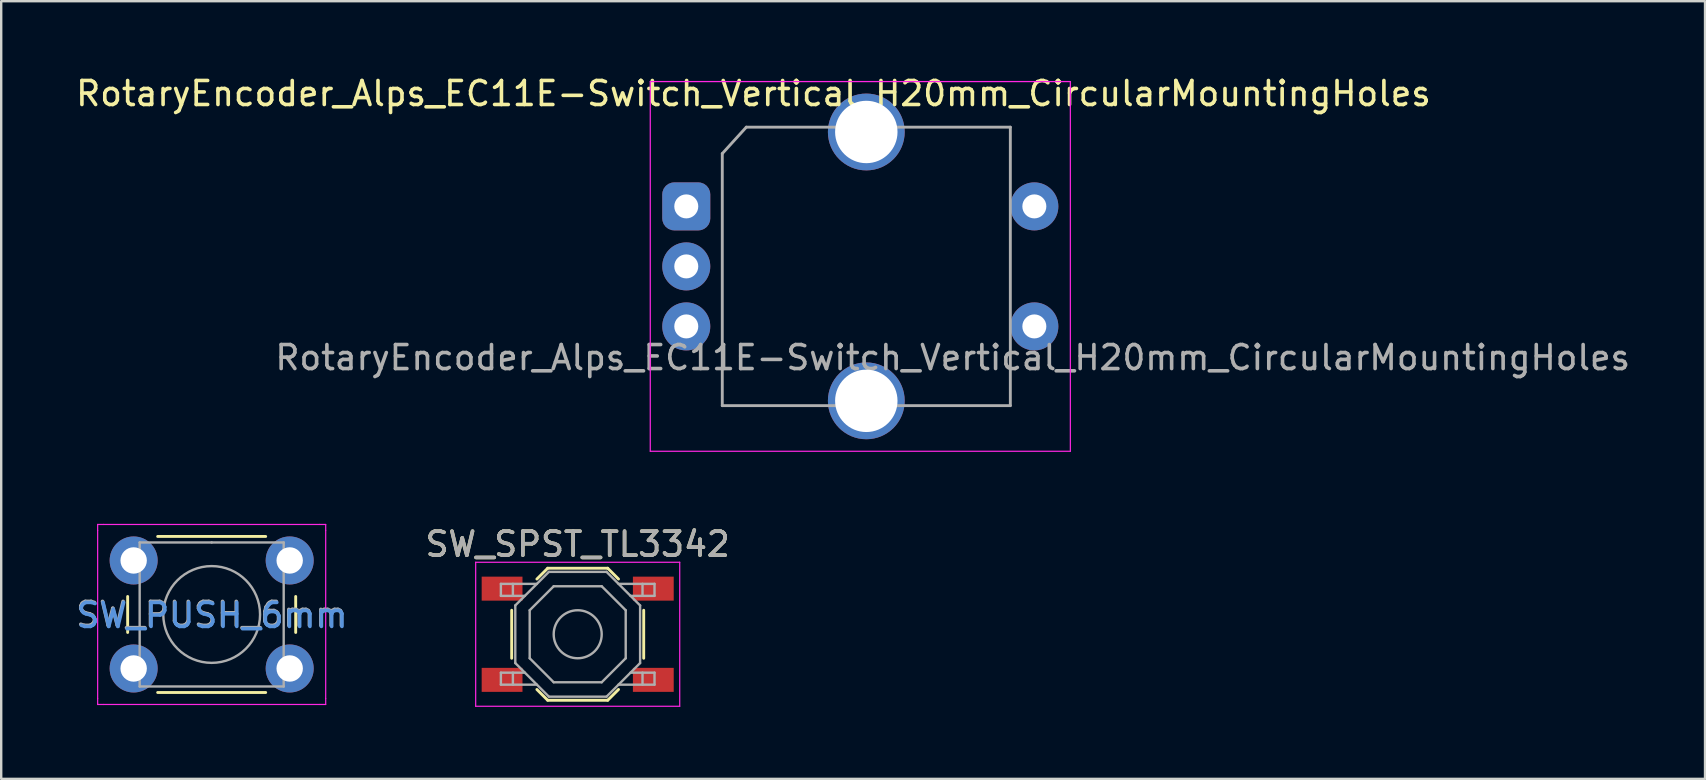
<source format=kicad_pcb>
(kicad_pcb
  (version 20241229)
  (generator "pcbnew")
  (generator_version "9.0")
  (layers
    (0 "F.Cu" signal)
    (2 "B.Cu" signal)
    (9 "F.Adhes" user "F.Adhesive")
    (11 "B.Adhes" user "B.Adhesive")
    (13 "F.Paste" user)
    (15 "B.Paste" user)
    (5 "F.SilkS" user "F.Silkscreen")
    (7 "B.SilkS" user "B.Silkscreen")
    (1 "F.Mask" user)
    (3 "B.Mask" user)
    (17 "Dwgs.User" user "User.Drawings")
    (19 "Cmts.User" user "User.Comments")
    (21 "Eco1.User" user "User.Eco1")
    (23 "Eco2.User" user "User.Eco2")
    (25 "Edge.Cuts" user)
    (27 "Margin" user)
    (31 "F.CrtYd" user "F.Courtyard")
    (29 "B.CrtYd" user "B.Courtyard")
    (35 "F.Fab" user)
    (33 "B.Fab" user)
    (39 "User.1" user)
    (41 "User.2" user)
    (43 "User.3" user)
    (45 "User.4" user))
  (footprint "SW_SPST_TL3342"
    (layer "F.Cu")
    (at 21.016 23.372)
    (property "Reference" "SW_SPST_TL3342" (at 0 -3.75 180) (layer "F.SilkS") (effects (font (size 1 1) (thickness 0.15))))
    (attr smd)
    (fp_line (start -2.75 -1) (end -2.75 1) (stroke (width 0.12) (type solid)) (layer "F.SilkS"))
    (fp_line (start -1.7 -2.3) (end -1.25 -2.75) (stroke (width 0.12) (type solid)) (layer "F.SilkS"))
    (fp_line (start -1.7 2.3) (end -1.25 2.75) (stroke (width 0.12) (type solid)) (layer "F.SilkS"))
    (fp_line (start -1.25 -2.75) (end 1.25 -2.75) (stroke (width 0.12) (type solid)) (layer "F.SilkS"))
    (fp_line (start -1.25 2.75) (end 1.25 2.75) (stroke (width 0.12) (type solid)) (layer "F.SilkS"))
    (fp_line (start 1.7 -2.3) (end 1.25 -2.75) (stroke (width 0.12) (type solid)) (layer "F.SilkS"))
    (fp_line (start 1.7 2.3) (end 1.25 2.75) (stroke (width 0.12) (type solid)) (layer "F.SilkS"))
    (fp_line (start 2.75 -1) (end 2.75 1) (stroke (width 0.12) (type solid)) (layer "F.SilkS"))
    (fp_line (start -4.25 -3) (end 4.25 -3) (stroke (width 0.05) (type solid)) (layer "F.CrtYd"))
    (fp_line (start -4.25 3) (end -4.25 -3) (stroke (width 0.05) (type solid)) (layer "F.CrtYd"))
    (fp_line (start 4.25 -3) (end 4.25 3) (stroke (width 0.05) (type solid)) (layer "F.CrtYd"))
    (fp_line (start 4.25 3) (end -4.25 3) (stroke (width 0.05) (type solid)) (layer "F.CrtYd"))
    (fp_line (start -3.2 -2.1) (end -3.2 -1.6) (stroke (width 0.1) (type solid)) (layer "F.Fab"))
    (fp_line (start -3.2 -1.6) (end -2.2 -1.6) (stroke (width 0.1) (type solid)) (layer "F.Fab"))
    (fp_line (start -3.2 1.6) (end -2.2 1.6) (stroke (width 0.1) (type solid)) (layer "F.Fab"))
    (fp_line (start -3.2 2.1) (end -3.2 1.6) (stroke (width 0.1) (type solid)) (layer "F.Fab"))
    (fp_line (start -2.7 -2.1) (end -2.7 -1.6) (stroke (width 0.1) (type solid)) (layer "F.Fab"))
    (fp_line (start -2.7 2.1) (end -2.7 1.6) (stroke (width 0.1) (type solid)) (layer "F.Fab"))
    (fp_line (start -2.6 -1.2) (end -2.6 1.2) (stroke (width 0.1) (type solid)) (layer "F.Fab"))
    (fp_line (start -2.6 1.2) (end -1.2 2.6) (stroke (width 0.1) (type solid)) (layer "F.Fab"))
    (fp_line (start -2 -1) (end -1 -2) (stroke (width 0.1) (type solid)) (layer "F.Fab"))
    (fp_line (start -2 1) (end -2 -1) (stroke (width 0.1) (type solid)) (layer "F.Fab"))
    (fp_line (start -1.7 -2.1) (end -3.2 -2.1) (stroke (width 0.1) (type solid)) (layer "F.Fab"))
    (fp_line (start -1.7 2.1) (end -3.2 2.1) (stroke (width 0.1) (type solid)) (layer "F.Fab"))
    (fp_line (start -1.2 -2.6) (end -2.6 -1.2) (stroke (width 0.1) (type solid)) (layer "F.Fab"))
    (fp_line (start -1.2 2.6) (end 1.2 2.6) (stroke (width 0.1) (type solid)) (layer "F.Fab"))
    (fp_line (start -1 -2) (end 1 -2) (stroke (width 0.1) (type solid)) (layer "F.Fab"))
    (fp_line (start -1 2) (end -2 1) (stroke (width 0.1) (type solid)) (layer "F.Fab"))
    (fp_line (start 1 -2) (end 2 -1) (stroke (width 0.1) (type solid)) (layer "F.Fab"))
    (fp_line (start 1 2) (end -1 2) (stroke (width 0.1) (type solid)) (layer "F.Fab"))
    (fp_line (start 1.2 -2.6) (end -1.2 -2.6) (stroke (width 0.1) (type solid)) (layer "F.Fab"))
    (fp_line (start 1.2 2.6) (end 2.6 1.2) (stroke (width 0.1) (type solid)) (layer "F.Fab"))
    (fp_line (start 1.7 -2.1) (end 3.2 -2.1) (stroke (width 0.1) (type solid)) (layer "F.Fab"))
    (fp_line (start 1.7 2.1) (end 3.2 2.1) (stroke (width 0.1) (type solid)) (layer "F.Fab"))
    (fp_line (start 2 -1) (end 2 1) (stroke (width 0.1) (type solid)) (layer "F.Fab"))
    (fp_line (start 2 1) (end 1 2) (stroke (width 0.1) (type solid)) (layer "F.Fab"))
    (fp_line (start 2.6 -1.2) (end 1.2 -2.6) (stroke (width 0.1) (type solid)) (layer "F.Fab"))
    (fp_line (start 2.6 1.2) (end 2.6 -1.2) (stroke (width 0.1) (type solid)) (layer "F.Fab"))
    (fp_line (start 2.7 -2.1) (end 2.7 -1.6) (stroke (width 0.1) (type solid)) (layer "F.Fab"))
    (fp_line (start 2.7 2.1) (end 2.7 1.6) (stroke (width 0.1) (type solid)) (layer "F.Fab"))
    (fp_line (start 3.2 -2.1) (end 3.2 -1.6) (stroke (width 0.1) (type solid)) (layer "F.Fab"))
    (fp_line (start 3.2 -1.6) (end 2.2 -1.6) (stroke (width 0.1) (type solid)) (layer "F.Fab"))
    (fp_line (start 3.2 1.6) (end 2.2 1.6) (stroke (width 0.1) (type solid)) (layer "F.Fab"))
    (fp_line (start 3.2 2.1) (end 3.2 1.6) (stroke (width 0.1) (type solid)) (layer "F.Fab"))
    (fp_circle (center 0 0) (end 1 0) (stroke (width 0.1) (type solid)) (fill no) (layer "F.Fab"))
    (fp_text user "${REFERENCE}" (at 0 -3.75 180) (layer "F.Fab") (effects (font (size 1 1) (thickness 0.15))))
    (pad "1" smd rect (at -3.15 -1.9) (size 1.7 1) (layers "F.Cu" "F.Mask" "F.Paste"))
    (pad "1" smd rect (at 3.15 -1.9) (size 1.7 1) (layers "F.Cu" "F.Mask" "F.Paste"))
    (pad "2" smd rect (at -3.15 1.9) (size 1.7 1) (layers "F.Cu" "F.Mask" "F.Paste"))
    (pad "2" smd rect (at 3.15 1.9) (size 1.7 1) (layers "F.Cu" "F.Mask" "F.Paste")))
  (footprint "RotaryEncoder_Alps_EC11E-Switch_Vertical_H20mm_CircularMountingHoles"
    (layer "F.Cu")
    (at 25.539 5.548)
    (property "Reference" "RotaryEncoder_Alps_EC11E-Switch_Vertical_H20mm_CircularMountingHoles" (at 2.8 -4.7 0) (layer "F.SilkS") (effects (font (size 1 1) (thickness 0.15))))
    (attr through_hole)
    (fp_line (start -1.5 -5.2) (end -1.5 10.2) (stroke (width 0.05) (type solid)) (layer "F.CrtYd"))
    (fp_line (start -1.5 -5.2) (end 16 -5.2) (stroke (width 0.05) (type solid)) (layer "F.CrtYd"))
    (fp_line (start 16 10.2) (end -1.5 10.2) (stroke (width 0.05) (type solid)) (layer "F.CrtYd"))
    (fp_line (start 16 10.2) (end 16 -5.2) (stroke (width 0.05) (type solid)) (layer "F.CrtYd"))
    (fp_line (start 1.5 -2.2) (end 2.5 -3.3) (stroke (width 0.12) (type solid)) (layer "F.Fab"))
    (fp_line (start 1.5 8.3) (end 1.5 -2.2) (stroke (width 0.12) (type solid)) (layer "F.Fab"))
    (fp_line (start 2.5 -3.3) (end 13.5 -3.3) (stroke (width 0.12) (type solid)) (layer "F.Fab"))
    (fp_line (start 13.5 -3.3) (end 13.5 8.3) (stroke (width 0.12) (type solid)) (layer "F.Fab"))
    (fp_line (start 13.5 8.3) (end 1.5 8.3) (stroke (width 0.12) (type solid)) (layer "F.Fab"))
    (fp_text user "${REFERENCE}" (at 11.1 6.3 0) (layer "F.Fab") (effects (font (size 1 1) (thickness 0.15))))
    (pad "A" thru_hole roundrect (at 0 0) (size 2 2) (drill 1) (layers "*.Cu" "*.Mask") (roundrect_rratio 0.25))
    (pad "B" thru_hole circle (at 0 5) (size 2 2) (drill 1) (layers "*.Cu" "*.Mask"))
    (pad "C" thru_hole circle (at 0 2.5) (size 2 2) (drill 1) (layers "*.Cu" "*.Mask"))
    (pad "MP" thru_hole circle (at 7.5 -3.1) (size 3.2 3.2) (drill 2.6) (layers "*.Cu" "*.Mask"))
    (pad "MP" thru_hole circle (at 7.5 8.1) (size 3.2 3.2) (drill 2.6) (layers "*.Cu" "*.Mask"))
    (pad "S1" thru_hole circle (at 14.5 5) (size 2 2) (drill 1) (layers "*.Cu" "*.Mask"))
    (pad "S2" thru_hole circle (at 14.5 0) (size 2 2) (drill 1) (layers "*.Cu" "*.Mask")))
  (footprint "SW_PUSH_6mm"
    (layer "F.Cu")
    (at 2.518 20.298)
    (property "Reference" "SW_PUSH_6mm" (at 3.272 2.292 0) (layer "Cmts.User") (effects (font (size 1 1) (thickness 0.15))))
    (attr through_hole)
    (fp_line (start -0.25 1.5) (end -0.25 3) (stroke (width 0.12) (type solid)) (layer "F.SilkS"))
    (fp_line (start 1 5.5) (end 5.5 5.5) (stroke (width 0.12) (type solid)) (layer "F.SilkS"))
    (fp_line (start 5.5 -1) (end 1 -1) (stroke (width 0.12) (type solid)) (layer "F.SilkS"))
    (fp_line (start 6.75 3) (end 6.75 1.5) (stroke (width 0.12) (type solid)) (layer "F.SilkS"))
    (fp_line (start -1.5 -1.5) (end -1.25 -1.5) (stroke (width 0.05) (type solid)) (layer "F.CrtYd"))
    (fp_line (start -1.5 -1.25) (end -1.5 -1.5) (stroke (width 0.05) (type solid)) (layer "F.CrtYd"))
    (fp_line (start -1.5 5.75) (end -1.5 -1.25) (stroke (width 0.05) (type solid)) (layer "F.CrtYd"))
    (fp_line (start -1.5 5.75) (end -1.5 6) (stroke (width 0.05) (type solid)) (layer "F.CrtYd"))
    (fp_line (start -1.5 6) (end -1.25 6) (stroke (width 0.05) (type solid)) (layer "F.CrtYd"))
    (fp_line (start -1.25 -1.5) (end 7.75 -1.5) (stroke (width 0.05) (type solid)) (layer "F.CrtYd"))
    (fp_line (start 7.75 -1.5) (end 8 -1.5) (stroke (width 0.05) (type solid)) (layer "F.CrtYd"))
    (fp_line (start 7.75 6) (end -1.25 6) (stroke (width 0.05) (type solid)) (layer "F.CrtYd"))
    (fp_line (start 7.75 6) (end 8 6) (stroke (width 0.05) (type solid)) (layer "F.CrtYd"))
    (fp_line (start 8 -1.5) (end 8 -1.25) (stroke (width 0.05) (type solid)) (layer "F.CrtYd"))
    (fp_line (start 8 -1.25) (end 8 5.75) (stroke (width 0.05) (type solid)) (layer "F.CrtYd"))
    (fp_line (start 8 6) (end 8 5.75) (stroke (width 0.05) (type solid)) (layer "F.CrtYd"))
    (fp_line (start 0.25 -0.75) (end 3.25 -0.75) (stroke (width 0.1) (type solid)) (layer "F.Fab"))
    (fp_line (start 0.25 5.25) (end 0.25 -0.75) (stroke (width 0.1) (type solid)) (layer "F.Fab"))
    (fp_line (start 3.25 -0.75) (end 6.25 -0.75) (stroke (width 0.1) (type solid)) (layer "F.Fab"))
    (fp_line (start 6.25 -0.75) (end 6.25 5.25) (stroke (width 0.1) (type solid)) (layer "F.Fab"))
    (fp_line (start 6.25 5.25) (end 0.25 5.25) (stroke (width 0.1) (type solid)) (layer "F.Fab"))
    (fp_circle (center 3.25 2.25) (end 1.25 2.5) (stroke (width 0.1) (type solid)) (fill no) (layer "F.Fab"))
    (fp_text user "${REFERENCE}" (at 3.25 2.25 0) (layer "F.Fab") (effects (font (size 1 1) (thickness 0.15))))
    (pad "1" thru_hole circle (at 0 0 90) (size 2 2) (drill 1.1) (layers "*.Cu" "*.Mask"))
    (pad "1" thru_hole circle (at 6.5 0 90) (size 2 2) (drill 1.1) (layers "*.Cu" "*.Mask"))
    (pad "2" thru_hole circle (at 0 4.5 90) (size 2 2) (drill 1.1) (layers "*.Cu" "*.Mask"))
    (pad "2" thru_hole circle (at 6.5 4.5 90) (size 2 2) (drill 1.1) (layers "*.Cu" "*.Mask")))
  (gr_rect
    (start -3 -3)
    (end 67.979 29.396)
    (stroke (width 0.1) (type default))
    (fill no)
    (layer "Edge.Cuts")))
</source>
